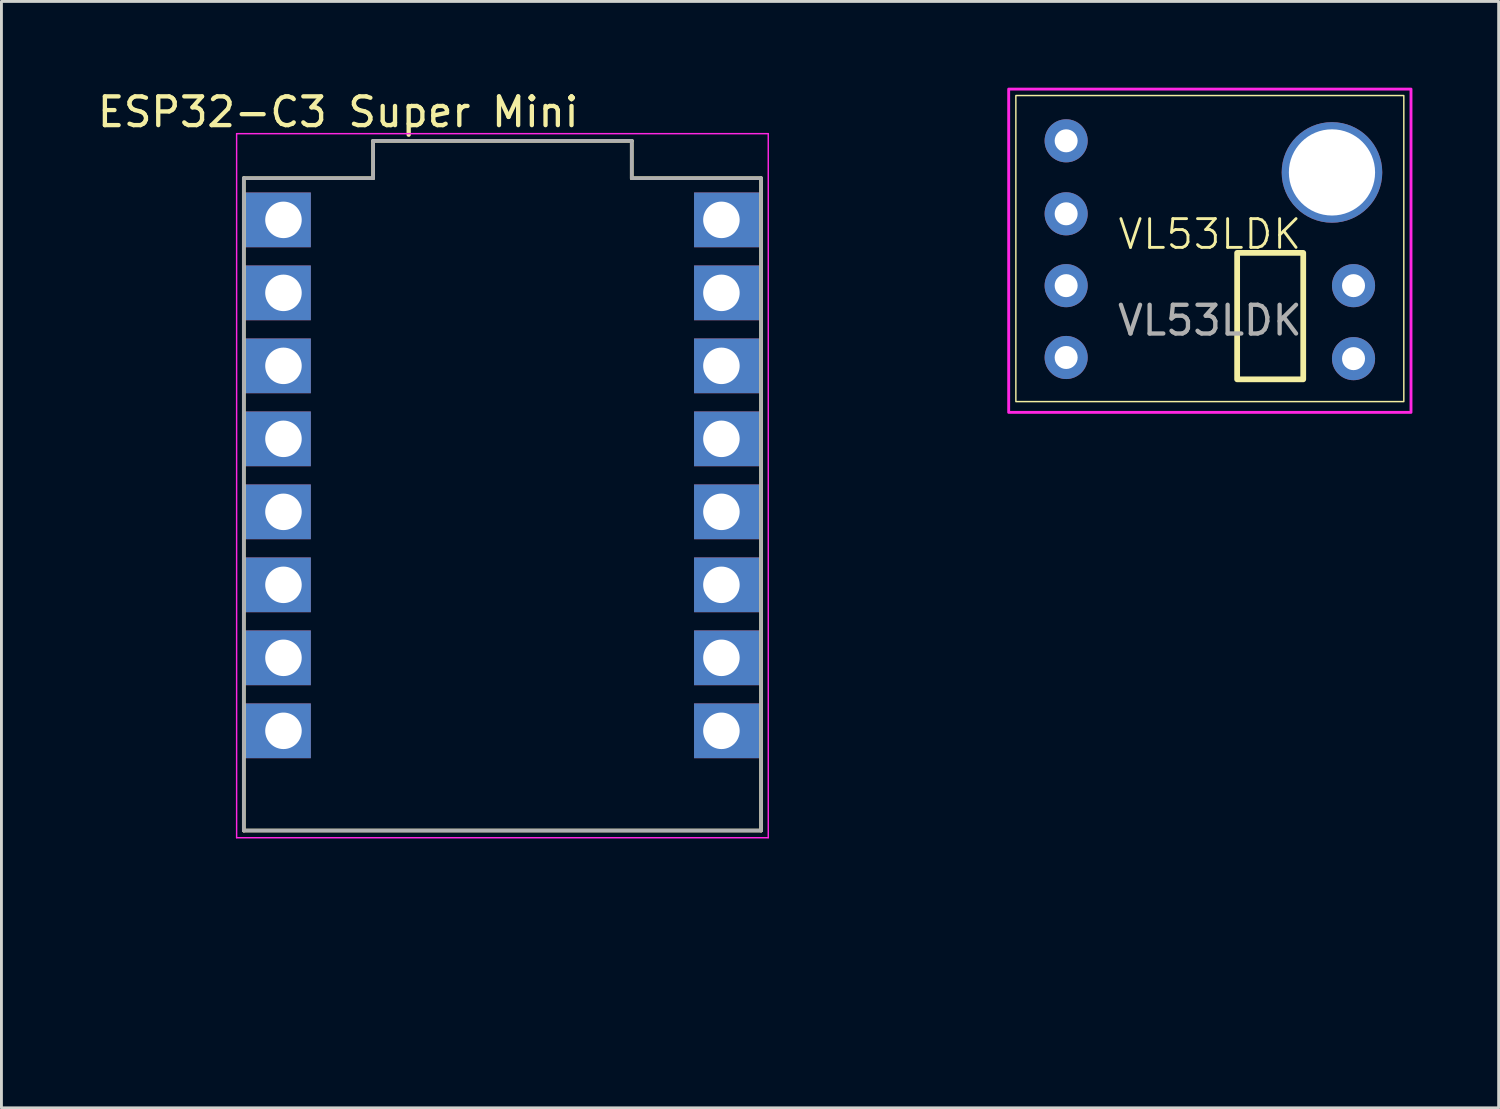
<source format=kicad_pcb>
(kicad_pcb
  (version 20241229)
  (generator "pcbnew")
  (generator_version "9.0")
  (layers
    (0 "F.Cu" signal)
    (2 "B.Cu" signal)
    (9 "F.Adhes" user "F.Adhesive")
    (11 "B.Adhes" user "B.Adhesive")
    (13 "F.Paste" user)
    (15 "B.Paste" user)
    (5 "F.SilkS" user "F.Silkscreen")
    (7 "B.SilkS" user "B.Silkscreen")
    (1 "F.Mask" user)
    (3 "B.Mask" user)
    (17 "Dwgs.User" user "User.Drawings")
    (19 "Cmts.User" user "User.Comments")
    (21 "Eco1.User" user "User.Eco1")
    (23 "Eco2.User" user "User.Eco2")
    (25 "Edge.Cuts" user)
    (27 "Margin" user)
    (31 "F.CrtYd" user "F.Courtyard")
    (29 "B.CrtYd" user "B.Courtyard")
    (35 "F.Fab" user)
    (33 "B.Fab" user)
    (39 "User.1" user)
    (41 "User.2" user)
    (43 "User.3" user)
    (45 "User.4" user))
  (footprint "VL53LDK"
    (layer "F.Cu")
    (at 39.05 5.6)
    (property "Reference" "VL53LDK" (at 0 -0.5 0) (unlocked yes) (layer "F.SilkS") (effects (font (size 1 1) (thickness 0.1))))
    (attr through_hole)
    (fp_rect (start -6.75 -5.325) (end 6.75 5.325) (stroke (width 0.05) (type solid)) (fill no) (layer "F.SilkS"))
    (fp_rect (start 0.95 0.15) (end 3.25 4.55) (stroke (width 0.2) (type solid)) (fill no) (layer "F.SilkS"))
    (fp_rect (start -7 -5.55) (end 7 5.7) (stroke (width 0.1) (type solid)) (fill no) (layer "F.CrtYd"))
    (fp_text user "${REFERENCE}" (at 0 2.5 0) (unlocked yes) (layer "F.Fab") (effects (font (size 1 1) (thickness 0.15))))
    (pad "" thru_hole circle (at 4.25 -2.65) (size 3.5 3.5) (drill 3) (layers "*.Cu" "*.Mask"))
    (pad "1" thru_hole circle (at -5 -3.75) (size 1.5 1.5) (drill 0.8) (layers "*.Cu" "*.Mask"))
    (pad "2" thru_hole circle (at -5 -1.21) (size 1.5 1.5) (drill 0.8) (layers "*.Cu" "*.Mask"))
    (pad "3" thru_hole circle (at -5 1.29) (size 1.5 1.5) (drill 0.8) (layers "*.Cu" "*.Mask"))
    (pad "4" thru_hole circle (at -5 3.79) (size 1.5 1.5) (drill 0.8) (layers "*.Cu" "*.Mask"))
    (pad "5" thru_hole circle (at 5 1.29) (size 1.5 1.5) (drill 0.8) (layers "*.Cu" "*.Mask"))
    (pad "6" thru_hole circle (at 5 3.83) (size 1.5 1.5) (drill 0.8) (layers "*.Cu" "*.Mask")))
  (footprint "ESP32-C3 Super Mini"
    (layer "F.Cu")
    (at 14.434 14.501)
    (property "Reference" "ESP32-C3 Super Mini" (at -5.715 -13.652 0) (layer "F.SilkS") (effects (font (size 1 1) (thickness 0.15))))
    (attr through_hole)
    (fp_line (start -9 11.35) (end -9 -11.35) (stroke (width 0.127) (type solid)) (layer "F.SilkS"))
    (fp_line (start -4.5 -12.65) (end -4.5 -11.35) (stroke (width 0.127) (type solid)) (layer "F.SilkS"))
    (fp_line (start -4.5 -11.35) (end -9 -11.35) (stroke (width 0.127) (type solid)) (layer "F.SilkS"))
    (fp_line (start 4.5 -12.65) (end -4.5 -12.65) (stroke (width 0.127) (type solid)) (layer "F.SilkS"))
    (fp_line (start 4.5 -12.65) (end 4.5 -11.35) (stroke (width 0.127) (type solid)) (layer "F.SilkS"))
    (fp_line (start 9 -11.35) (end 4.5 -11.35) (stroke (width 0.127) (type solid)) (layer "F.SilkS"))
    (fp_line (start 9 11.35) (end -9 11.35) (stroke (width 0.127) (type solid)) (layer "F.SilkS"))
    (fp_line (start 9 11.35) (end 9 -11.35) (stroke (width 0.127) (type solid)) (layer "F.SilkS"))
    (fp_line (start -9.25 -12.9) (end 9.25 -12.9) (stroke (width 0.05) (type solid)) (layer "F.CrtYd"))
    (fp_line (start -9.25 11.6) (end -9.25 -12.9) (stroke (width 0.05) (type solid)) (layer "F.CrtYd"))
    (fp_line (start 9.25 -12.9) (end 9.25 11.6) (stroke (width 0.05) (type solid)) (layer "F.CrtYd"))
    (fp_line (start 9.25 11.6) (end -9.25 11.6) (stroke (width 0.05) (type solid)) (layer "F.CrtYd"))
    (fp_line (start -9 11.35) (end -9 -11.35) (stroke (width 0.127) (type solid)) (layer "F.Fab"))
    (fp_line (start -4.5 -12.65) (end -4.5 -11.35) (stroke (width 0.127) (type solid)) (layer "F.Fab"))
    (fp_line (start -4.5 -11.35) (end -9 -11.35) (stroke (width 0.127) (type solid)) (layer "F.Fab"))
    (fp_line (start 4.5 -12.65) (end -4.5 -12.65) (stroke (width 0.127) (type solid)) (layer "F.Fab"))
    (fp_line (start 4.5 -12.65) (end 4.5 -11.35) (stroke (width 0.127) (type solid)) (layer "F.Fab"))
    (fp_line (start 9 -11.35) (end 4.5 -11.35) (stroke (width 0.127) (type solid)) (layer "F.Fab"))
    (fp_line (start 9 11.35) (end -9 11.35) (stroke (width 0.127) (type solid)) (layer "F.Fab"))
    (fp_line (start 9 11.35) (end 9 -11.35) (stroke (width 0.127) (type solid)) (layer "F.Fab"))
    (pad "0" thru_hole rect (at 7.62 7.88) (size 2.333 1.905) (drill 1.27 (offset 0.214 0)) (layers "*.Cu" "*.Mask"))
    (pad "1" thru_hole rect (at 7.62 5.34) (size 2.333 1.905) (drill 1.27 (offset 0.214 0)) (layers "*.Cu" "*.Mask"))
    (pad "2" thru_hole rect (at 7.62 2.8) (size 2.333 1.905) (drill 1.27 (offset 0.214 0)) (layers "*.Cu" "*.Mask"))
    (pad "3" thru_hole rect (at 7.62 0.26) (size 2.333 1.905) (drill 1.27 (offset 0.214 0)) (layers "*.Cu" "*.Mask"))
    (pad "3.3" thru_hole rect (at 7.62 -4.82) (size 2.333 1.905) (drill 1.27 (offset 0.214 0)) (layers "*.Cu" "*.Mask"))
    (pad "4" thru_hole rect (at 7.62 -2.28) (size 2.333 1.905) (drill 1.27 (offset 0.214 0)) (layers "*.Cu" "*.Mask"))
    (pad "5" thru_hole rect (at -7.62 -9.9) (size 2.333 1.905) (drill 1.27 (offset -0.214 0)) (layers "*.Cu" "*.Mask"))
    (pad "5V" thru_hole rect (at 7.62 -9.9) (size 2.333 1.905) (drill 1.27 (offset 0.214 0)) (layers "*.Cu" "*.Mask"))
    (pad "6" thru_hole rect (at -7.62 -7.36) (size 2.333 1.905) (drill 1.27 (offset -0.214 0)) (layers "*.Cu" "*.Mask"))
    (pad "7" thru_hole rect (at -7.62 -4.82) (size 2.333 1.905) (drill 1.27 (offset -0.214 0)) (layers "*.Cu" "*.Mask"))
    (pad "8" thru_hole rect (at -7.62 -2.28) (size 2.333 1.905) (drill 1.27 (offset -0.214 0)) (layers "*.Cu" "*.Mask"))
    (pad "9" thru_hole rect (at -7.62 0.26) (size 2.333 1.905) (drill 1.27 (offset -0.214 0)) (layers "*.Cu" "*.Mask"))
    (pad "10" thru_hole rect (at -7.62 2.8) (size 2.333 1.905) (drill 1.27 (offset -0.214 0)) (layers "*.Cu" "*.Mask"))
    (pad "20" thru_hole rect (at -7.62 5.34) (size 2.333 1.905) (drill 1.27 (offset -0.214 0)) (layers "*.Cu" "*.Mask"))
    (pad "21" thru_hole rect (at -7.62 7.88) (size 2.333 1.905) (drill 1.27 (offset -0.214 0)) (layers "*.Cu" "*.Mask"))
    (pad "G" thru_hole rect (at 7.62 -7.36) (size 2.333 1.905) (drill 1.27 (offset 0.214 0)) (layers "*.Cu" "*.Mask"))
    (zone (net_name "") (layers "F.Cu" "B.Cu") (hatch full 0.5) (connect_pads) (min_thickness 0.25) (filled_areas_thickness no) (keepout (tracks not_allowed) (vias not_allowed) (pads not_allowed) (copperpour not_allowed) (footprints not_allowed)) (placement (enabled no)) (fill) (polygon (pts (xy 0 23.501) (xy 29 23.501) (xy 29 32.501) (xy 0 32.501)))))
  (gr_rect
    (start -3 -3)
    (end 49.1 35.501)
    (stroke (width 0.1) (type default))
    (fill no)
    (layer "Edge.Cuts")))
</source>
